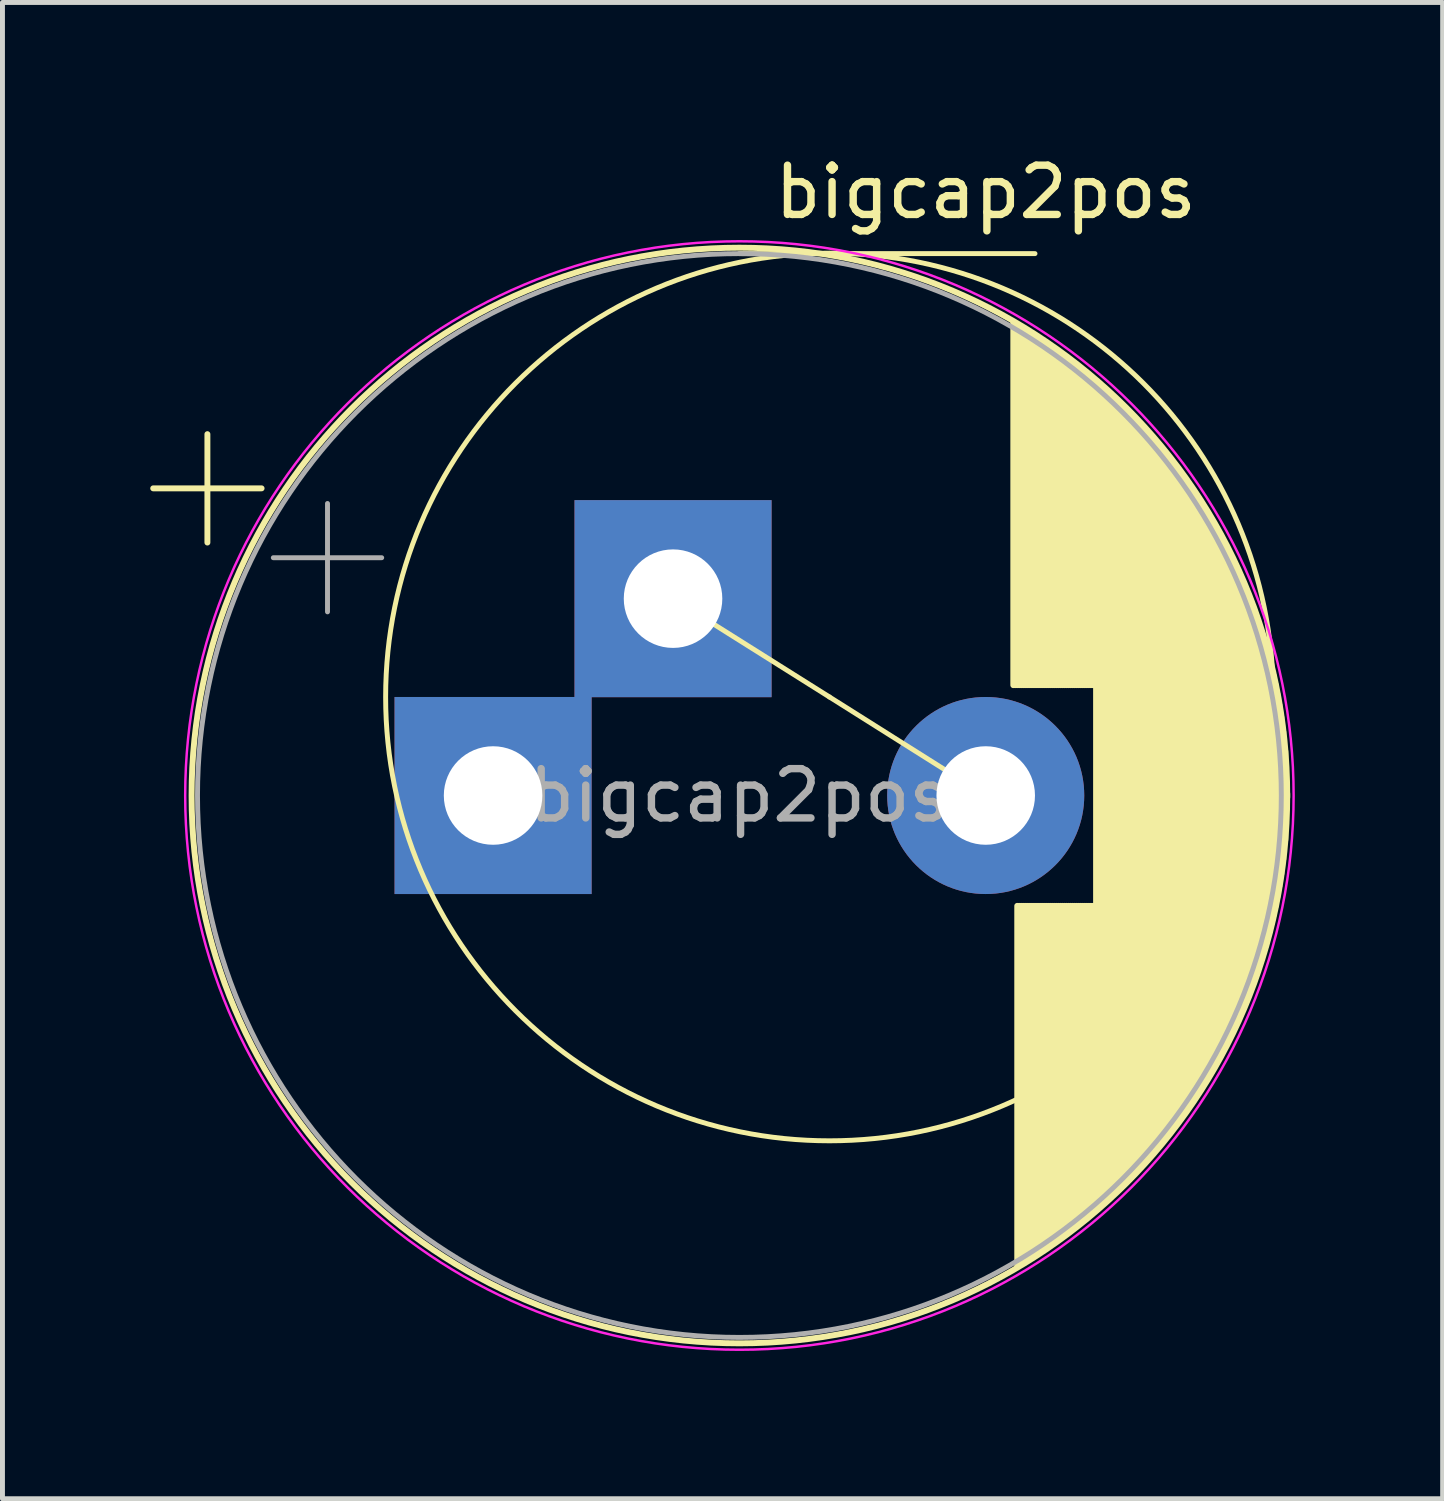
<source format=kicad_pcb>
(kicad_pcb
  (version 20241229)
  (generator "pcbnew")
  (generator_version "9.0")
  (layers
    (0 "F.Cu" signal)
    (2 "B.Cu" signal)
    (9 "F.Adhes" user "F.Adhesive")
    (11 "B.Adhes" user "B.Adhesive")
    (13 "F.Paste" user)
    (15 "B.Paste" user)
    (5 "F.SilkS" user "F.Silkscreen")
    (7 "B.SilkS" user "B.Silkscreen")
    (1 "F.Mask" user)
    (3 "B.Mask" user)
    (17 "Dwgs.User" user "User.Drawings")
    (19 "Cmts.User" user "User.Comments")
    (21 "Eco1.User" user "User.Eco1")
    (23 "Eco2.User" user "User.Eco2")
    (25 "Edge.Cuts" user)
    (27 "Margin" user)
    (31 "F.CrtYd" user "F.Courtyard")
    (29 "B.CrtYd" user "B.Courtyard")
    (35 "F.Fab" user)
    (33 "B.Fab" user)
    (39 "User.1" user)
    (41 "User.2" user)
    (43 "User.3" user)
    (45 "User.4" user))
  (footprint "bigcap2pos"
    (layer "F.Cu")
    (at 11.959 13.098)
    (property "Reference" "bigcap2pos" (at 5 -12.25 0) (layer "F.SilkS") (effects (font (size 1 1) (thickness 0.15))))
    (attr through_hole)
    (fp_line (start -1.347 -3.996) (end -5 0) (stroke (width 0.2) (type default)) (layer "F.Cu"))
    (fp_line (start -11.899 -6.235) (end -9.699 -6.235) (stroke (width 0.12) (type solid)) (layer "F.SilkS"))
    (fp_line (start -10.799 -7.335) (end -10.799 -5.135) (stroke (width 0.12) (type solid)) (layer "F.SilkS"))
    (fp_line (start 0 -11) (end 6 -11) (stroke (width 0.1) (type default)) (layer "F.SilkS"))
    (fp_line (start 1.828 -2) (end -1.75 -4.25) (stroke (width 0.1) (type default)) (layer "F.SilkS"))
    (fp_line (start 5 0) (end 1.828 -2) (stroke (width 0.1) (type default)) (layer "F.SilkS"))
    (fp_line (start 5.56 -9.59) (end 5.56 -2.24) (stroke (width 0.12) (type solid)) (layer "F.SilkS"))
    (fp_line (start 5.6 -9.567) (end 5.6 -2.24) (stroke (width 0.12) (type solid)) (layer "F.SilkS"))
    (fp_line (start 5.64 -9.544) (end 5.64 -2.24) (stroke (width 0.12) (type solid)) (layer "F.SilkS"))
    (fp_line (start 5.64 2.24) (end 5.64 9.544) (stroke (width 0.12) (type solid)) (layer "F.SilkS"))
    (fp_line (start 5.68 -9.52) (end 5.68 -2.24) (stroke (width 0.12) (type solid)) (layer "F.SilkS"))
    (fp_line (start 5.68 2.24) (end 5.68 9.52) (stroke (width 0.12) (type solid)) (layer "F.SilkS"))
    (fp_line (start 5.72 -9.496) (end 5.72 -2.24) (stroke (width 0.12) (type solid)) (layer "F.SilkS"))
    (fp_line (start 5.72 2.24) (end 5.72 9.496) (stroke (width 0.12) (type solid)) (layer "F.SilkS"))
    (fp_line (start 5.76 -9.472) (end 5.76 -2.24) (stroke (width 0.12) (type solid)) (layer "F.SilkS"))
    (fp_line (start 5.76 2.24) (end 5.76 9.472) (stroke (width 0.12) (type solid)) (layer "F.SilkS"))
    (fp_line (start 5.8 -9.448) (end 5.8 -2.24) (stroke (width 0.12) (type solid)) (layer "F.SilkS"))
    (fp_line (start 5.8 2.24) (end 5.8 9.448) (stroke (width 0.12) (type solid)) (layer "F.SilkS"))
    (fp_line (start 5.84 -9.423) (end 5.84 -2.24) (stroke (width 0.12) (type solid)) (layer "F.SilkS"))
    (fp_line (start 5.84 2.24) (end 5.84 9.423) (stroke (width 0.12) (type solid)) (layer "F.SilkS"))
    (fp_line (start 5.88 -9.398) (end 5.88 -2.24) (stroke (width 0.12) (type solid)) (layer "F.SilkS"))
    (fp_line (start 5.88 2.24) (end 5.88 9.398) (stroke (width 0.12) (type solid)) (layer "F.SilkS"))
    (fp_line (start 5.92 -9.373) (end 5.92 -2.24) (stroke (width 0.12) (type solid)) (layer "F.SilkS"))
    (fp_line (start 5.92 2.24) (end 5.92 9.373) (stroke (width 0.12) (type solid)) (layer "F.SilkS"))
    (fp_line (start 5.96 -9.348) (end 5.96 -2.24) (stroke (width 0.12) (type solid)) (layer "F.SilkS"))
    (fp_line (start 5.96 2.24) (end 5.96 9.348) (stroke (width 0.12) (type solid)) (layer "F.SilkS"))
    (fp_line (start 6 -9.322) (end 6 -2.24) (stroke (width 0.12) (type solid)) (layer "F.SilkS"))
    (fp_line (start 6 2.24) (end 6 9.322) (stroke (width 0.12) (type solid)) (layer "F.SilkS"))
    (fp_line (start 6.04 -9.297) (end 6.04 -2.24) (stroke (width 0.12) (type solid)) (layer "F.SilkS"))
    (fp_line (start 6.04 2.24) (end 6.04 9.297) (stroke (width 0.12) (type solid)) (layer "F.SilkS"))
    (fp_line (start 6.08 -9.271) (end 6.08 -2.24) (stroke (width 0.12) (type solid)) (layer "F.SilkS"))
    (fp_line (start 6.08 2.24) (end 6.08 9.271) (stroke (width 0.12) (type solid)) (layer "F.SilkS"))
    (fp_line (start 6.12 -9.244) (end 6.12 -2.24) (stroke (width 0.12) (type solid)) (layer "F.SilkS"))
    (fp_line (start 6.12 2.24) (end 6.12 9.244) (stroke (width 0.12) (type solid)) (layer "F.SilkS"))
    (fp_line (start 6.16 -9.218) (end 6.16 -2.24) (stroke (width 0.12) (type solid)) (layer "F.SilkS"))
    (fp_line (start 6.16 2.24) (end 6.16 9.218) (stroke (width 0.12) (type solid)) (layer "F.SilkS"))
    (fp_line (start 6.2 -9.191) (end 6.2 -2.24) (stroke (width 0.12) (type solid)) (layer "F.SilkS"))
    (fp_line (start 6.2 2.24) (end 6.2 9.191) (stroke (width 0.12) (type solid)) (layer "F.SilkS"))
    (fp_line (start 6.24 -9.164) (end 6.24 -2.24) (stroke (width 0.12) (type solid)) (layer "F.SilkS"))
    (fp_line (start 6.24 2.24) (end 6.24 9.164) (stroke (width 0.12) (type solid)) (layer "F.SilkS"))
    (fp_line (start 6.28 -9.137) (end 6.28 -2.24) (stroke (width 0.12) (type solid)) (layer "F.SilkS"))
    (fp_line (start 6.28 2.24) (end 6.28 9.137) (stroke (width 0.12) (type solid)) (layer "F.SilkS"))
    (fp_line (start 6.32 -9.109) (end 6.32 -2.24) (stroke (width 0.12) (type solid)) (layer "F.SilkS"))
    (fp_line (start 6.32 2.24) (end 6.32 9.109) (stroke (width 0.12) (type solid)) (layer "F.SilkS"))
    (fp_line (start 6.36 -9.082) (end 6.36 -2.24) (stroke (width 0.12) (type solid)) (layer "F.SilkS"))
    (fp_line (start 6.36 2.24) (end 6.36 9.082) (stroke (width 0.12) (type solid)) (layer "F.SilkS"))
    (fp_line (start 6.4 -9.054) (end 6.4 -2.24) (stroke (width 0.12) (type solid)) (layer "F.SilkS"))
    (fp_line (start 6.4 2.24) (end 6.4 9.054) (stroke (width 0.12) (type solid)) (layer "F.SilkS"))
    (fp_line (start 6.44 -9.025) (end 6.44 -2.24) (stroke (width 0.12) (type solid)) (layer "F.SilkS"))
    (fp_line (start 6.44 2.24) (end 6.44 9.025) (stroke (width 0.12) (type solid)) (layer "F.SilkS"))
    (fp_line (start 6.48 -8.997) (end 6.48 -2.24) (stroke (width 0.12) (type solid)) (layer "F.SilkS"))
    (fp_line (start 6.48 2.24) (end 6.48 8.997) (stroke (width 0.12) (type solid)) (layer "F.SilkS"))
    (fp_line (start 6.52 -8.968) (end 6.52 -2.24) (stroke (width 0.12) (type solid)) (layer "F.SilkS"))
    (fp_line (start 6.52 2.24) (end 6.52 8.968) (stroke (width 0.12) (type solid)) (layer "F.SilkS"))
    (fp_line (start 6.56 -8.939) (end 6.56 -2.24) (stroke (width 0.12) (type solid)) (layer "F.SilkS"))
    (fp_line (start 6.56 2.24) (end 6.56 8.939) (stroke (width 0.12) (type solid)) (layer "F.SilkS"))
    (fp_line (start 6.6 -8.91) (end 6.6 -2.24) (stroke (width 0.12) (type solid)) (layer "F.SilkS"))
    (fp_line (start 6.6 2.24) (end 6.6 8.91) (stroke (width 0.12) (type solid)) (layer "F.SilkS"))
    (fp_line (start 6.64 -8.88) (end 6.64 -2.24) (stroke (width 0.12) (type solid)) (layer "F.SilkS"))
    (fp_line (start 6.64 2.24) (end 6.64 8.88) (stroke (width 0.12) (type solid)) (layer "F.SilkS"))
    (fp_line (start 6.68 -8.85) (end 6.68 -2.24) (stroke (width 0.12) (type solid)) (layer "F.SilkS"))
    (fp_line (start 6.68 2.24) (end 6.68 8.85) (stroke (width 0.12) (type solid)) (layer "F.SilkS"))
    (fp_line (start 6.72 -8.82) (end 6.72 -2.24) (stroke (width 0.12) (type solid)) (layer "F.SilkS"))
    (fp_line (start 6.72 2.24) (end 6.72 8.82) (stroke (width 0.12) (type solid)) (layer "F.SilkS"))
    (fp_line (start 6.76 -8.789) (end 6.76 -2.24) (stroke (width 0.12) (type solid)) (layer "F.SilkS"))
    (fp_line (start 6.76 2.24) (end 6.76 8.789) (stroke (width 0.12) (type solid)) (layer "F.SilkS"))
    (fp_line (start 6.8 -8.759) (end 6.8 -2.24) (stroke (width 0.12) (type solid)) (layer "F.SilkS"))
    (fp_line (start 6.8 2.24) (end 6.8 8.759) (stroke (width 0.12) (type solid)) (layer "F.SilkS"))
    (fp_line (start 6.84 -8.727) (end 6.84 -2.24) (stroke (width 0.12) (type solid)) (layer "F.SilkS"))
    (fp_line (start 6.84 2.24) (end 6.84 8.727) (stroke (width 0.12) (type solid)) (layer "F.SilkS"))
    (fp_line (start 6.88 -8.696) (end 6.88 -2.24) (stroke (width 0.12) (type solid)) (layer "F.SilkS"))
    (fp_line (start 6.88 2.24) (end 6.88 8.696) (stroke (width 0.12) (type solid)) (layer "F.SilkS"))
    (fp_line (start 6.92 -8.664) (end 6.92 -2.24) (stroke (width 0.12) (type solid)) (layer "F.SilkS"))
    (fp_line (start 6.92 2.24) (end 6.92 8.664) (stroke (width 0.12) (type solid)) (layer "F.SilkS"))
    (fp_line (start 6.96 -8.633) (end 6.96 -2.24) (stroke (width 0.12) (type solid)) (layer "F.SilkS"))
    (fp_line (start 6.96 2.24) (end 6.96 8.633) (stroke (width 0.12) (type solid)) (layer "F.SilkS"))
    (fp_line (start 7 -8.6) (end 7 -2.24) (stroke (width 0.12) (type solid)) (layer "F.SilkS"))
    (fp_line (start 7 2.24) (end 7 8.6) (stroke (width 0.12) (type solid)) (layer "F.SilkS"))
    (fp_line (start 7.04 -8.568) (end 7.04 -2.24) (stroke (width 0.12) (type solid)) (layer "F.SilkS"))
    (fp_line (start 7.04 2.24) (end 7.04 8.568) (stroke (width 0.12) (type solid)) (layer "F.SilkS"))
    (fp_line (start 7.08 -8.535) (end 7.08 -2.24) (stroke (width 0.12) (type solid)) (layer "F.SilkS"))
    (fp_line (start 7.08 2.24) (end 7.08 8.535) (stroke (width 0.12) (type solid)) (layer "F.SilkS"))
    (fp_line (start 7.12 -8.502) (end 7.12 -2.24) (stroke (width 0.12) (type solid)) (layer "F.SilkS"))
    (fp_line (start 7.12 2.24) (end 7.12 8.502) (stroke (width 0.12) (type solid)) (layer "F.SilkS"))
    (fp_line (start 7.16 -8.468) (end 7.16 -2.24) (stroke (width 0.12) (type solid)) (layer "F.SilkS"))
    (fp_line (start 7.16 2.24) (end 7.16 8.468) (stroke (width 0.12) (type solid)) (layer "F.SilkS"))
    (fp_line (start 7.2 -8.434) (end 7.2 -2.24) (stroke (width 0.12) (type solid)) (layer "F.SilkS"))
    (fp_line (start 7.2 2.24) (end 7.2 8.434) (stroke (width 0.12) (type solid)) (layer "F.SilkS"))
    (fp_line (start 7.24 -8.4) (end 7.24 8.4) (stroke (width 0.12) (type solid)) (layer "F.SilkS"))
    (fp_line (start 7.28 -8.366) (end 7.28 8.366) (stroke (width 0.12) (type solid)) (layer "F.SilkS"))
    (fp_line (start 7.32 -8.331) (end 7.32 8.331) (stroke (width 0.12) (type solid)) (layer "F.SilkS"))
    (fp_line (start 7.36 -8.296) (end 7.36 8.296) (stroke (width 0.12) (type solid)) (layer "F.SilkS"))
    (fp_line (start 7.4 -8.26) (end 7.4 8.26) (stroke (width 0.12) (type solid)) (layer "F.SilkS"))
    (fp_line (start 7.44 -8.224) (end 7.44 8.224) (stroke (width 0.12) (type solid)) (layer "F.SilkS"))
    (fp_line (start 7.48 -8.188) (end 7.48 8.188) (stroke (width 0.12) (type solid)) (layer "F.SilkS"))
    (fp_line (start 7.52 -8.152) (end 7.52 8.152) (stroke (width 0.12) (type solid)) (layer "F.SilkS"))
    (fp_line (start 7.56 -8.115) (end 7.56 8.115) (stroke (width 0.12) (type solid)) (layer "F.SilkS"))
    (fp_line (start 7.6 -8.078) (end 7.6 8.078) (stroke (width 0.12) (type solid)) (layer "F.SilkS"))
    (fp_line (start 7.64 -8.04) (end 7.64 8.04) (stroke (width 0.12) (type solid)) (layer "F.SilkS"))
    (fp_line (start 7.68 -8.002) (end 7.68 8.002) (stroke (width 0.12) (type solid)) (layer "F.SilkS"))
    (fp_line (start 7.72 -7.963) (end 7.72 7.963) (stroke (width 0.12) (type solid)) (layer "F.SilkS"))
    (fp_line (start 7.76 -7.925) (end 7.76 7.925) (stroke (width 0.12) (type solid)) (layer "F.SilkS"))
    (fp_line (start 7.8 -7.886) (end 7.8 7.886) (stroke (width 0.12) (type solid)) (layer "F.SilkS"))
    (fp_line (start 7.84 -7.846) (end 7.84 7.846) (stroke (width 0.12) (type solid)) (layer "F.SilkS"))
    (fp_line (start 7.88 -7.806) (end 7.88 7.806) (stroke (width 0.12) (type solid)) (layer "F.SilkS"))
    (fp_line (start 7.92 -7.766) (end 7.92 7.766) (stroke (width 0.12) (type solid)) (layer "F.SilkS"))
    (fp_line (start 7.96 -7.725) (end 7.96 7.725) (stroke (width 0.12) (type solid)) (layer "F.SilkS"))
    (fp_line (start 8 -7.684) (end 8 7.684) (stroke (width 0.12) (type solid)) (layer "F.SilkS"))
    (fp_line (start 8.04 -7.642) (end 8.04 7.642) (stroke (width 0.12) (type solid)) (layer "F.SilkS"))
    (fp_line (start 8.08 -7.6) (end 8.08 7.6) (stroke (width 0.12) (type solid)) (layer "F.SilkS"))
    (fp_line (start 8.12 -7.557) (end 8.12 7.557) (stroke (width 0.12) (type solid)) (layer "F.SilkS"))
    (fp_line (start 8.16 -7.514) (end 8.16 7.514) (stroke (width 0.12) (type solid)) (layer "F.SilkS"))
    (fp_line (start 8.2 -7.471) (end 8.2 7.471) (stroke (width 0.12) (type solid)) (layer "F.SilkS"))
    (fp_line (start 8.24 -7.427) (end 8.24 7.427) (stroke (width 0.12) (type solid)) (layer "F.SilkS"))
    (fp_line (start 8.28 -7.383) (end 8.28 7.383) (stroke (width 0.12) (type solid)) (layer "F.SilkS"))
    (fp_line (start 8.32 -7.338) (end 8.32 7.338) (stroke (width 0.12) (type solid)) (layer "F.SilkS"))
    (fp_line (start 8.36 -7.292) (end 8.36 7.292) (stroke (width 0.12) (type solid)) (layer "F.SilkS"))
    (fp_line (start 8.4 -7.247) (end 8.4 7.247) (stroke (width 0.12) (type solid)) (layer "F.SilkS"))
    (fp_line (start 8.44 -7.2) (end 8.44 7.2) (stroke (width 0.12) (type solid)) (layer "F.SilkS"))
    (fp_line (start 8.48 -7.153) (end 8.48 7.153) (stroke (width 0.12) (type solid)) (layer "F.SilkS"))
    (fp_line (start 8.52 -7.106) (end 8.52 7.106) (stroke (width 0.12) (type solid)) (layer "F.SilkS"))
    (fp_line (start 8.56 -7.058) (end 8.56 7.058) (stroke (width 0.12) (type solid)) (layer "F.SilkS"))
    (fp_line (start 8.6 -7.009) (end 8.6 7.009) (stroke (width 0.12) (type solid)) (layer "F.SilkS"))
    (fp_line (start 8.64 -6.96) (end 8.64 6.96) (stroke (width 0.12) (type solid)) (layer "F.SilkS"))
    (fp_line (start 8.68 -6.911) (end 8.68 6.911) (stroke (width 0.12) (type solid)) (layer "F.SilkS"))
    (fp_line (start 8.72 -6.86) (end 8.72 6.86) (stroke (width 0.12) (type solid)) (layer "F.SilkS"))
    (fp_line (start 8.76 -6.81) (end 8.76 6.81) (stroke (width 0.12) (type solid)) (layer "F.SilkS"))
    (fp_line (start 8.8 -6.758) (end 8.8 6.758) (stroke (width 0.12) (type solid)) (layer "F.SilkS"))
    (fp_line (start 8.84 -6.706) (end 8.84 6.706) (stroke (width 0.12) (type solid)) (layer "F.SilkS"))
    (fp_line (start 8.88 -6.653) (end 8.88 6.653) (stroke (width 0.12) (type solid)) (layer "F.SilkS"))
    (fp_line (start 8.92 -6.6) (end 8.92 6.6) (stroke (width 0.12) (type solid)) (layer "F.SilkS"))
    (fp_line (start 8.96 -6.546) (end 8.96 6.546) (stroke (width 0.12) (type solid)) (layer "F.SilkS"))
    (fp_line (start 9 -6.491) (end 9 6.491) (stroke (width 0.12) (type solid)) (layer "F.SilkS"))
    (fp_line (start 9.04 -6.436) (end 9.04 6.436) (stroke (width 0.12) (type solid)) (layer "F.SilkS"))
    (fp_line (start 9.08 -6.379) (end 9.08 6.379) (stroke (width 0.12) (type solid)) (layer "F.SilkS"))
    (fp_line (start 9.12 -6.322) (end 9.12 6.322) (stroke (width 0.12) (type solid)) (layer "F.SilkS"))
    (fp_line (start 9.16 -6.265) (end 9.16 6.265) (stroke (width 0.12) (type solid)) (layer "F.SilkS"))
    (fp_line (start 9.2 -6.206) (end 9.2 6.206) (stroke (width 0.12) (type solid)) (layer "F.SilkS"))
    (fp_line (start 9.24 -6.147) (end 9.24 6.147) (stroke (width 0.12) (type solid)) (layer "F.SilkS"))
    (fp_line (start 9.28 -6.087) (end 9.28 6.087) (stroke (width 0.12) (type solid)) (layer "F.SilkS"))
    (fp_line (start 9.32 -6.026) (end 9.32 6.026) (stroke (width 0.12) (type solid)) (layer "F.SilkS"))
    (fp_line (start 9.36 -5.964) (end 9.36 5.964) (stroke (width 0.12) (type solid)) (layer "F.SilkS"))
    (fp_line (start 9.4 -5.901) (end 9.4 5.901) (stroke (width 0.12) (type solid)) (layer "F.SilkS"))
    (fp_line (start 9.44 -5.837) (end 9.44 5.837) (stroke (width 0.12) (type solid)) (layer "F.SilkS"))
    (fp_line (start 9.48 -5.772) (end 9.48 5.772) (stroke (width 0.12) (type solid)) (layer "F.SilkS"))
    (fp_line (start 9.52 -5.707) (end 9.52 5.707) (stroke (width 0.12) (type solid)) (layer "F.SilkS"))
    (fp_line (start 9.56 -5.64) (end 9.56 5.64) (stroke (width 0.12) (type solid)) (layer "F.SilkS"))
    (fp_line (start 9.6 -5.572) (end 9.6 5.572) (stroke (width 0.12) (type solid)) (layer "F.SilkS"))
    (fp_line (start 9.64 -5.503) (end 9.64 5.503) (stroke (width 0.12) (type solid)) (layer "F.SilkS"))
    (fp_line (start 9.68 -5.433) (end 9.68 5.433) (stroke (width 0.12) (type solid)) (layer "F.SilkS"))
    (fp_line (start 9.72 -5.361) (end 9.72 5.361) (stroke (width 0.12) (type solid)) (layer "F.SilkS"))
    (fp_line (start 9.76 -5.289) (end 9.76 5.289) (stroke (width 0.12) (type solid)) (layer "F.SilkS"))
    (fp_line (start 9.8 -5.215) (end 9.8 5.215) (stroke (width 0.12) (type solid)) (layer "F.SilkS"))
    (fp_line (start 9.84 -5.14) (end 9.84 5.14) (stroke (width 0.12) (type solid)) (layer "F.SilkS"))
    (fp_line (start 9.88 -5.063) (end 9.88 5.063) (stroke (width 0.12) (type solid)) (layer "F.SilkS"))
    (fp_line (start 9.92 -4.985) (end 9.92 4.985) (stroke (width 0.12) (type solid)) (layer "F.SilkS"))
    (fp_line (start 9.96 -4.905) (end 9.96 4.905) (stroke (width 0.12) (type solid)) (layer "F.SilkS"))
    (fp_line (start 10 -4.824) (end 10 4.824) (stroke (width 0.12) (type solid)) (layer "F.SilkS"))
    (fp_line (start 10.04 -4.74) (end 10.04 4.74) (stroke (width 0.12) (type solid)) (layer "F.SilkS"))
    (fp_line (start 10.08 -4.656) (end 10.08 4.656) (stroke (width 0.12) (type solid)) (layer "F.SilkS"))
    (fp_line (start 10.12 -4.569) (end 10.12 4.569) (stroke (width 0.12) (type solid)) (layer "F.SilkS"))
    (fp_line (start 10.16 -4.48) (end 10.16 4.48) (stroke (width 0.12) (type solid)) (layer "F.SilkS"))
    (fp_line (start 10.2 -4.389) (end 10.2 4.389) (stroke (width 0.12) (type solid)) (layer "F.SilkS"))
    (fp_line (start 10.24 -4.296) (end 10.24 4.296) (stroke (width 0.12) (type solid)) (layer "F.SilkS"))
    (fp_line (start 10.28 -4.2) (end 10.28 4.2) (stroke (width 0.12) (type solid)) (layer "F.SilkS"))
    (fp_line (start 10.32 -4.101) (end 10.32 4.101) (stroke (width 0.12) (type solid)) (layer "F.SilkS"))
    (fp_line (start 10.36 -4) (end 10.36 4) (stroke (width 0.12) (type solid)) (layer "F.SilkS"))
    (fp_line (start 10.4 -3.896) (end 10.4 3.896) (stroke (width 0.12) (type solid)) (layer "F.SilkS"))
    (fp_line (start 10.44 -3.789) (end 10.44 3.789) (stroke (width 0.12) (type solid)) (layer "F.SilkS"))
    (fp_line (start 10.48 -3.678) (end 10.48 3.678) (stroke (width 0.12) (type solid)) (layer "F.SilkS"))
    (fp_line (start 10.52 -3.563) (end 10.52 3.563) (stroke (width 0.12) (type solid)) (layer "F.SilkS"))
    (fp_line (start 10.56 -3.444) (end 10.56 3.444) (stroke (width 0.12) (type solid)) (layer "F.SilkS"))
    (fp_line (start 10.6 -3.321) (end 10.6 3.321) (stroke (width 0.12) (type solid)) (layer "F.SilkS"))
    (fp_line (start 10.64 -3.192) (end 10.64 3.192) (stroke (width 0.12) (type solid)) (layer "F.SilkS"))
    (fp_line (start 10.68 -3.057) (end 10.68 3.057) (stroke (width 0.12) (type solid)) (layer "F.SilkS"))
    (fp_line (start 10.72 -2.916) (end 10.72 2.916) (stroke (width 0.12) (type solid)) (layer "F.SilkS"))
    (fp_line (start 10.76 -2.767) (end 10.76 2.767) (stroke (width 0.12) (type solid)) (layer "F.SilkS"))
    (fp_line (start 10.8 -2.608) (end 10.8 2.608) (stroke (width 0.12) (type solid)) (layer "F.SilkS"))
    (fp_line (start 10.84 -2.44) (end 10.84 2.44) (stroke (width 0.12) (type solid)) (layer "F.SilkS"))
    (fp_line (start 10.88 -2.258) (end 10.88 2.258) (stroke (width 0.12) (type solid)) (layer "F.SilkS"))
    (fp_line (start 10.92 -2.06) (end 10.92 2.06) (stroke (width 0.12) (type solid)) (layer "F.SilkS"))
    (fp_line (start 10.96 -1.84) (end 10.96 1.84) (stroke (width 0.12) (type solid)) (layer "F.SilkS"))
    (fp_line (start 11 -1.589) (end 11 1.589) (stroke (width 0.12) (type solid)) (layer "F.SilkS"))
    (fp_line (start 11.04 -1.291) (end 11.04 1.291) (stroke (width 0.12) (type solid)) (layer "F.SilkS"))
    (fp_line (start 11.08 -0.902) (end 11.08 0.902) (stroke (width 0.12) (type solid)) (layer "F.SilkS"))
    (fp_line (start 11.12 0.04) (end 11.12 -0.04) (stroke (width 0.12) (type solid)) (layer "F.SilkS"))
    (fp_circle (center 0 0) (end 11.12 0) (stroke (width 0.12) (type solid)) (fill no) (layer "F.SilkS"))
    (fp_circle (center 1.828 -2) (end 10.75 -3.25) (stroke (width 0.1) (type default)) (fill no) (layer "F.SilkS"))
    (fp_circle (center 0 0) (end 11.25 0) (stroke (width 0.05) (type solid)) (fill no) (layer "F.CrtYd"))
    (fp_line (start -9.461 -4.827) (end -7.261 -4.827) (stroke (width 0.1) (type solid)) (layer "F.Fab"))
    (fp_line (start -8.361 -5.928) (end -8.361 -3.728) (stroke (width 0.1) (type solid)) (layer "F.Fab"))
    (fp_circle (center 0 0) (end 11 0) (stroke (width 0.1) (type solid)) (fill no) (layer "F.Fab"))
    (fp_text user "${REFERENCE}" (at 0 0 0) (layer "F.Fab") (effects (font (size 1 1) (thickness 0.15))))
    (pad "1" thru_hole rect (at -5 0) (size 4 4) (drill 2) (layers "*.Cu" "*.Mask"))
    (pad "1" thru_hole rect (at -1.347 -3.996) (size 4 4) (drill 2) (layers "*.Cu" "*.Mask"))
    (pad "2" thru_hole circle (at 5 0) (size 4 4) (drill 2) (layers "*.Cu" "*.Mask")))
  (gr_rect
    (start -3 -3)
    (end 26.234 27.373)
    (stroke (width 0.1) (type default))
    (fill no)
    (layer "Edge.Cuts")))
</source>
